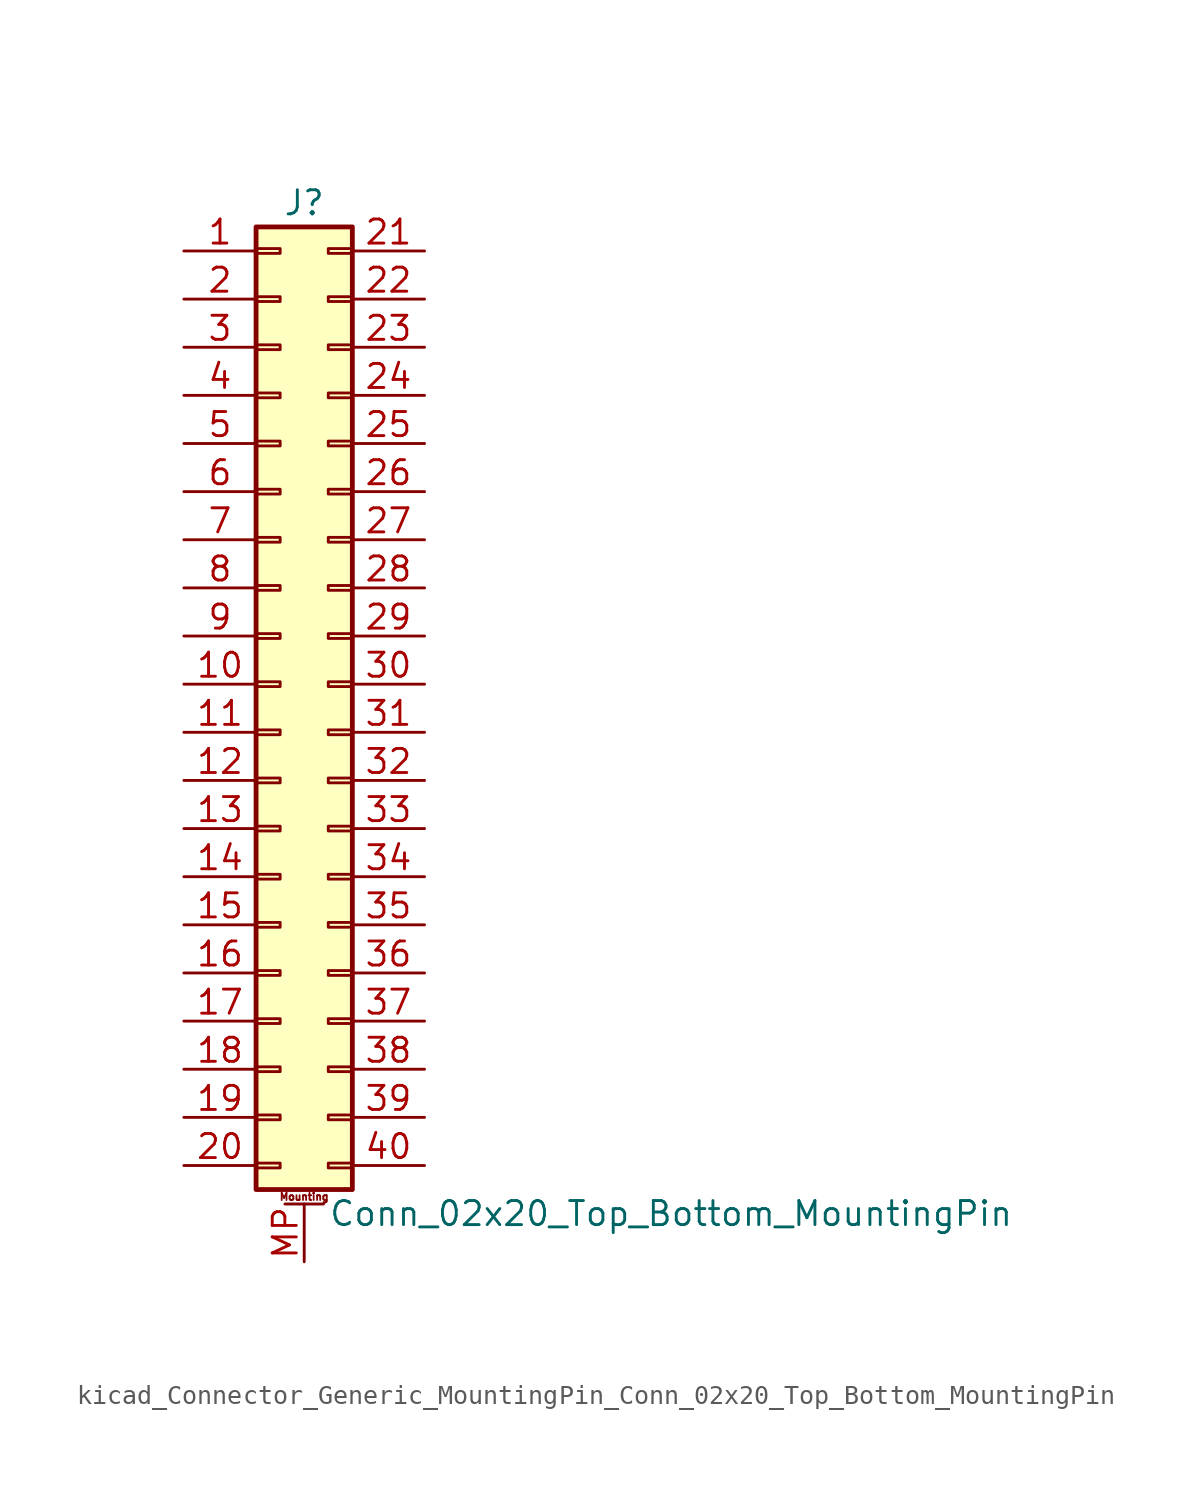
<source format=kicad_sym>
(kicad_symbol_lib
  (version 20220914)
  (generator kicad_symbol_editor)
  (symbol "kicad_Connector_Generic_MountingPin_Conn_02x20_Top_Bottom_MountingPin"
    (pin_names
      (offset 1.016) hide)
    (property "Reference" "J"
      (at 1.27 25.4 0)
      (effects (font (size 1.27 1.27))))
    (property "Value" "Conn_02x20_Top_Bottom_MountingPin"
      (at 2.54 -27.94 0)
      (effects (font (size 1.27 1.27)) (justify left)))
    (symbol "kicad_Connector_Generic_MountingPin_Conn_02x20_Top_Bottom_MountingPin_1_1"
      (rectangle (start -1.27 -25.273) (end 0 -25.527) (stroke (width 0.152) (type default)) (fill (type none)))
      (rectangle (start -1.27 -22.733) (end 0 -22.987) (stroke (width 0.152) (type default)) (fill (type none)))
      (rectangle (start -1.27 -20.193) (end 0 -20.447) (stroke (width 0.152) (type default)) (fill (type none)))
      (rectangle (start -1.27 -17.653) (end 0 -17.907) (stroke (width 0.152) (type default)) (fill (type none)))
      (rectangle (start -1.27 -15.113) (end 0 -15.367) (stroke (width 0.152) (type default)) (fill (type none)))
      (rectangle (start -1.27 -12.573) (end 0 -12.827) (stroke (width 0.152) (type default)) (fill (type none)))
      (rectangle (start -1.27 -10.033) (end 0 -10.287) (stroke (width 0.152) (type default)) (fill (type none)))
      (rectangle (start -1.27 -7.493) (end 0 -7.747) (stroke (width 0.152) (type default)) (fill (type none)))
      (rectangle (start -1.27 -4.953) (end 0 -5.207) (stroke (width 0.152) (type default)) (fill (type none)))
      (rectangle (start -1.27 -2.413) (end 0 -2.667) (stroke (width 0.152) (type default)) (fill (type none)))
      (rectangle (start -1.27 0.127) (end 0 -0.127) (stroke (width 0.152) (type default)) (fill (type none)))
      (rectangle (start -1.27 2.667) (end 0 2.413) (stroke (width 0.152) (type default)) (fill (type none)))
      (rectangle (start -1.27 5.207) (end 0 4.953) (stroke (width 0.152) (type default)) (fill (type none)))
      (rectangle (start -1.27 7.747) (end 0 7.493) (stroke (width 0.152) (type default)) (fill (type none)))
      (rectangle (start -1.27 10.287) (end 0 10.033) (stroke (width 0.152) (type default)) (fill (type none)))
      (rectangle (start -1.27 12.827) (end 0 12.573) (stroke (width 0.152) (type default)) (fill (type none)))
      (rectangle (start -1.27 15.367) (end 0 15.113) (stroke (width 0.152) (type default)) (fill (type none)))
      (rectangle (start -1.27 17.907) (end 0 17.653) (stroke (width 0.152) (type default)) (fill (type none)))
      (rectangle (start -1.27 20.447) (end 0 20.193) (stroke (width 0.152) (type default)) (fill (type none)))
      (rectangle (start -1.27 22.987) (end 0 22.733) (stroke (width 0.152) (type default)) (fill (type none)))
      (rectangle (start -1.27 24.13) (end 3.81 -26.67) (stroke (width 0.254) (type default)) (fill (type background)))
      (polyline (pts (xy 0.254 -27.432) (xy 2.286 -27.432)) (stroke (width 0.152) (type default)) (fill (type none)))
      (rectangle (start 3.81 -25.273) (end 2.54 -25.527) (stroke (width 0.152) (type default)) (fill (type none)))
      (rectangle (start 3.81 -22.733) (end 2.54 -22.987) (stroke (width 0.152) (type default)) (fill (type none)))
      (rectangle (start 3.81 -20.193) (end 2.54 -20.447) (stroke (width 0.152) (type default)) (fill (type none)))
      (rectangle (start 3.81 -17.653) (end 2.54 -17.907) (stroke (width 0.152) (type default)) (fill (type none)))
      (rectangle (start 3.81 -15.113) (end 2.54 -15.367) (stroke (width 0.152) (type default)) (fill (type none)))
      (rectangle (start 3.81 -12.573) (end 2.54 -12.827) (stroke (width 0.152) (type default)) (fill (type none)))
      (rectangle (start 3.81 -10.033) (end 2.54 -10.287) (stroke (width 0.152) (type default)) (fill (type none)))
      (rectangle (start 3.81 -7.493) (end 2.54 -7.747) (stroke (width 0.152) (type default)) (fill (type none)))
      (rectangle (start 3.81 -4.953) (end 2.54 -5.207) (stroke (width 0.152) (type default)) (fill (type none)))
      (rectangle (start 3.81 -2.413) (end 2.54 -2.667) (stroke (width 0.152) (type default)) (fill (type none)))
      (rectangle (start 3.81 0.127) (end 2.54 -0.127) (stroke (width 0.152) (type default)) (fill (type none)))
      (rectangle (start 3.81 2.667) (end 2.54 2.413) (stroke (width 0.152) (type default)) (fill (type none)))
      (rectangle (start 3.81 5.207) (end 2.54 4.953) (stroke (width 0.152) (type default)) (fill (type none)))
      (rectangle (start 3.81 7.747) (end 2.54 7.493) (stroke (width 0.152) (type default)) (fill (type none)))
      (rectangle (start 3.81 10.287) (end 2.54 10.033) (stroke (width 0.152) (type default)) (fill (type none)))
      (rectangle (start 3.81 12.827) (end 2.54 12.573) (stroke (width 0.152) (type default)) (fill (type none)))
      (rectangle (start 3.81 15.367) (end 2.54 15.113) (stroke (width 0.152) (type default)) (fill (type none)))
      (rectangle (start 3.81 17.907) (end 2.54 17.653) (stroke (width 0.152) (type default)) (fill (type none)))
      (rectangle (start 3.81 20.447) (end 2.54 20.193) (stroke (width 0.152) (type default)) (fill (type none)))
      (rectangle (start 3.81 22.987) (end 2.54 22.733) (stroke (width 0.152) (type default)) (fill (type none)))
      (text "Mounting" (at 1.27 -27.051 0) (effects (font (size 0.381 0.381))))
      (pin passive line (at -5.08 22.86 0) (length 3.81) (name "Pin_1" (effects (font (size 1.27 1.27)))) (number "1" (effects (font (size 1.27 1.27)))))
      (pin passive line (at -5.08 0 0) (length 3.81) (name "Pin_10" (effects (font (size 1.27 1.27)))) (number "10" (effects (font (size 1.27 1.27)))))
      (pin passive line (at -5.08 -2.54 0) (length 3.81) (name "Pin_11" (effects (font (size 1.27 1.27)))) (number "11" (effects (font (size 1.27 1.27)))))
      (pin passive line (at -5.08 -5.08 0) (length 3.81) (name "Pin_12" (effects (font (size 1.27 1.27)))) (number "12" (effects (font (size 1.27 1.27)))))
      (pin passive line (at -5.08 -7.62 0) (length 3.81) (name "Pin_13" (effects (font (size 1.27 1.27)))) (number "13" (effects (font (size 1.27 1.27)))))
      (pin passive line (at -5.08 -10.16 0) (length 3.81) (name "Pin_14" (effects (font (size 1.27 1.27)))) (number "14" (effects (font (size 1.27 1.27)))))
      (pin passive line (at -5.08 -12.7 0) (length 3.81) (name "Pin_15" (effects (font (size 1.27 1.27)))) (number "15" (effects (font (size 1.27 1.27)))))
      (pin passive line (at -5.08 -15.24 0) (length 3.81) (name "Pin_16" (effects (font (size 1.27 1.27)))) (number "16" (effects (font (size 1.27 1.27)))))
      (pin passive line (at -5.08 -17.78 0) (length 3.81) (name "Pin_17" (effects (font (size 1.27 1.27)))) (number "17" (effects (font (size 1.27 1.27)))))
      (pin passive line (at -5.08 -20.32 0) (length 3.81) (name "Pin_18" (effects (font (size 1.27 1.27)))) (number "18" (effects (font (size 1.27 1.27)))))
      (pin passive line (at -5.08 -22.86 0) (length 3.81) (name "Pin_19" (effects (font (size 1.27 1.27)))) (number "19" (effects (font (size 1.27 1.27)))))
      (pin passive line (at -5.08 20.32 0) (length 3.81) (name "Pin_2" (effects (font (size 1.27 1.27)))) (number "2" (effects (font (size 1.27 1.27)))))
      (pin passive line (at -5.08 -25.4 0) (length 3.81) (name "Pin_20" (effects (font (size 1.27 1.27)))) (number "20" (effects (font (size 1.27 1.27)))))
      (pin passive line (at 7.62 22.86 180) (length 3.81) (name "Pin_21" (effects (font (size 1.27 1.27)))) (number "21" (effects (font (size 1.27 1.27)))))
      (pin passive line (at 7.62 20.32 180) (length 3.81) (name "Pin_22" (effects (font (size 1.27 1.27)))) (number "22" (effects (font (size 1.27 1.27)))))
      (pin passive line (at 7.62 17.78 180) (length 3.81) (name "Pin_23" (effects (font (size 1.27 1.27)))) (number "23" (effects (font (size 1.27 1.27)))))
      (pin passive line (at 7.62 15.24 180) (length 3.81) (name "Pin_24" (effects (font (size 1.27 1.27)))) (number "24" (effects (font (size 1.27 1.27)))))
      (pin passive line (at 7.62 12.7 180) (length 3.81) (name "Pin_25" (effects (font (size 1.27 1.27)))) (number "25" (effects (font (size 1.27 1.27)))))
      (pin passive line (at 7.62 10.16 180) (length 3.81) (name "Pin_26" (effects (font (size 1.27 1.27)))) (number "26" (effects (font (size 1.27 1.27)))))
      (pin passive line (at 7.62 7.62 180) (length 3.81) (name "Pin_27" (effects (font (size 1.27 1.27)))) (number "27" (effects (font (size 1.27 1.27)))))
      (pin passive line (at 7.62 5.08 180) (length 3.81) (name "Pin_28" (effects (font (size 1.27 1.27)))) (number "28" (effects (font (size 1.27 1.27)))))
      (pin passive line (at 7.62 2.54 180) (length 3.81) (name "Pin_29" (effects (font (size 1.27 1.27)))) (number "29" (effects (font (size 1.27 1.27)))))
      (pin passive line (at -5.08 17.78 0) (length 3.81) (name "Pin_3" (effects (font (size 1.27 1.27)))) (number "3" (effects (font (size 1.27 1.27)))))
      (pin passive line (at 7.62 0 180) (length 3.81) (name "Pin_30" (effects (font (size 1.27 1.27)))) (number "30" (effects (font (size 1.27 1.27)))))
      (pin passive line (at 7.62 -2.54 180) (length 3.81) (name "Pin_31" (effects (font (size 1.27 1.27)))) (number "31" (effects (font (size 1.27 1.27)))))
      (pin passive line (at 7.62 -5.08 180) (length 3.81) (name "Pin_32" (effects (font (size 1.27 1.27)))) (number "32" (effects (font (size 1.27 1.27)))))
      (pin passive line (at 7.62 -7.62 180) (length 3.81) (name "Pin_33" (effects (font (size 1.27 1.27)))) (number "33" (effects (font (size 1.27 1.27)))))
      (pin passive line (at 7.62 -10.16 180) (length 3.81) (name "Pin_34" (effects (font (size 1.27 1.27)))) (number "34" (effects (font (size 1.27 1.27)))))
      (pin passive line (at 7.62 -12.7 180) (length 3.81) (name "Pin_35" (effects (font (size 1.27 1.27)))) (number "35" (effects (font (size 1.27 1.27)))))
      (pin passive line (at 7.62 -15.24 180) (length 3.81) (name "Pin_36" (effects (font (size 1.27 1.27)))) (number "36" (effects (font (size 1.27 1.27)))))
      (pin passive line (at 7.62 -17.78 180) (length 3.81) (name "Pin_37" (effects (font (size 1.27 1.27)))) (number "37" (effects (font (size 1.27 1.27)))))
      (pin passive line (at 7.62 -20.32 180) (length 3.81) (name "Pin_38" (effects (font (size 1.27 1.27)))) (number "38" (effects (font (size 1.27 1.27)))))
      (pin passive line (at 7.62 -22.86 180) (length 3.81) (name "Pin_39" (effects (font (size 1.27 1.27)))) (number "39" (effects (font (size 1.27 1.27)))))
      (pin passive line (at -5.08 15.24 0) (length 3.81) (name "Pin_4" (effects (font (size 1.27 1.27)))) (number "4" (effects (font (size 1.27 1.27)))))
      (pin passive line (at 7.62 -25.4 180) (length 3.81) (name "Pin_40" (effects (font (size 1.27 1.27)))) (number "40" (effects (font (size 1.27 1.27)))))
      (pin passive line (at -5.08 12.7 0) (length 3.81) (name "Pin_5" (effects (font (size 1.27 1.27)))) (number "5" (effects (font (size 1.27 1.27)))))
      (pin passive line (at -5.08 10.16 0) (length 3.81) (name "Pin_6" (effects (font (size 1.27 1.27)))) (number "6" (effects (font (size 1.27 1.27)))))
      (pin passive line (at -5.08 7.62 0) (length 3.81) (name "Pin_7" (effects (font (size 1.27 1.27)))) (number "7" (effects (font (size 1.27 1.27)))))
      (pin passive line (at -5.08 5.08 0) (length 3.81) (name "Pin_8" (effects (font (size 1.27 1.27)))) (number "8" (effects (font (size 1.27 1.27)))))
      (pin passive line (at -5.08 2.54 0) (length 3.81) (name "Pin_9" (effects (font (size 1.27 1.27)))) (number "9" (effects (font (size 1.27 1.27)))))
      (pin passive line (at 1.27 -30.48 90) (length 3.048) (name "MountPin" (effects (font (size 1.27 1.27)))) (number "MP" (effects (font (size 1.27 1.27))))))))
</source>
